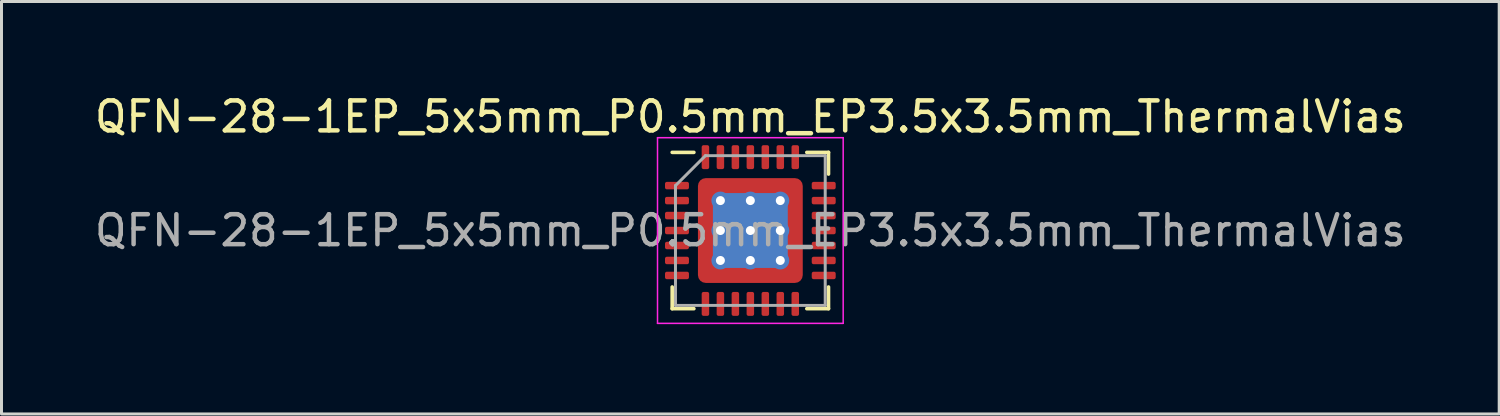
<source format=kicad_pcb>
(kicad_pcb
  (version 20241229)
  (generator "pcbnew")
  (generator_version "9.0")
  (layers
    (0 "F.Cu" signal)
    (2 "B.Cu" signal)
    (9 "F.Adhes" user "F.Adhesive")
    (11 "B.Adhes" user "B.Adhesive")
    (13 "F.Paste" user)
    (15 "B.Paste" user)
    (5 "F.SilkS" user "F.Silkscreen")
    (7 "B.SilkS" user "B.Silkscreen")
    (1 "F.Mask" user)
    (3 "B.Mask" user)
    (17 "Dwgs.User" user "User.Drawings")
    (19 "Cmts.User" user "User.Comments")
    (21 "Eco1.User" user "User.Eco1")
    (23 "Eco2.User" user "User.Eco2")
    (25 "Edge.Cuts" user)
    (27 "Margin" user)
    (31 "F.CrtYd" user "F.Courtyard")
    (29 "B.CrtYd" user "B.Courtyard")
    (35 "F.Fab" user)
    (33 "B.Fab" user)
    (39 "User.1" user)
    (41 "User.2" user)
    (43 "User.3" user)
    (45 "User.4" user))
  (footprint "QFN-28-1EP_5x5mm_P0.5mm_EP3.5x3.5mm_ThermalVias"
    (layer "F.Cu")
    (at 22.006 4.648)
    (property "Reference" "QFN-28-1EP_5x5mm_P0.5mm_EP3.5x3.5mm_ThermalVias" (at 0 -3.8 0) (layer "F.SilkS") (effects (font (size 1 1) (thickness 0.15))))
    (attr smd)
    (fp_line (start -2.61 2.61) (end -2.61 1.885) (stroke (width 0.12) (type solid)) (layer "F.SilkS"))
    (fp_line (start -1.885 -2.61) (end -2.61 -2.61) (stroke (width 0.12) (type solid)) (layer "F.SilkS"))
    (fp_line (start -1.885 2.61) (end -2.61 2.61) (stroke (width 0.12) (type solid)) (layer "F.SilkS"))
    (fp_line (start 1.885 -2.61) (end 2.61 -2.61) (stroke (width 0.12) (type solid)) (layer "F.SilkS"))
    (fp_line (start 1.885 2.61) (end 2.61 2.61) (stroke (width 0.12) (type solid)) (layer "F.SilkS"))
    (fp_line (start 2.61 -2.61) (end 2.61 -1.885) (stroke (width 0.12) (type solid)) (layer "F.SilkS"))
    (fp_line (start 2.61 2.61) (end 2.61 1.885) (stroke (width 0.12) (type solid)) (layer "F.SilkS"))
    (fp_line (start -3.1 -3.1) (end -3.1 3.1) (stroke (width 0.05) (type solid)) (layer "F.CrtYd"))
    (fp_line (start -3.1 3.1) (end 3.1 3.1) (stroke (width 0.05) (type solid)) (layer "F.CrtYd"))
    (fp_line (start 3.1 -3.1) (end -3.1 -3.1) (stroke (width 0.05) (type solid)) (layer "F.CrtYd"))
    (fp_line (start 3.1 3.1) (end 3.1 -3.1) (stroke (width 0.05) (type solid)) (layer "F.CrtYd"))
    (fp_line (start -2.5 -1.5) (end -1.5 -2.5) (stroke (width 0.1) (type solid)) (layer "F.Fab"))
    (fp_line (start -2.5 2.5) (end -2.5 -1.5) (stroke (width 0.1) (type solid)) (layer "F.Fab"))
    (fp_line (start -1.5 -2.5) (end 2.5 -2.5) (stroke (width 0.1) (type solid)) (layer "F.Fab"))
    (fp_line (start 2.5 -2.5) (end 2.5 2.5) (stroke (width 0.1) (type solid)) (layer "F.Fab"))
    (fp_line (start 2.5 2.5) (end -2.5 2.5) (stroke (width 0.1) (type solid)) (layer "F.Fab"))
    (fp_text user "${REFERENCE}" (at 0 0 0) (layer "F.Fab") (effects (font (size 1 1) (thickness 0.15))))
    (pad "" smd custom (at -1.337 -1.337) (size 0.437 0.437) (layers "F.Paste") (options (anchor circle)) (primitives (gr_poly (pts (xy -0.165 -0.165) (xy 0.165 -0.165) (xy 0.165 0.076) (xy 0.076 0.165) (xy -0.165 0.165)) (width 0.215) (fill yes))))
    (pad "" smd custom (at -1.337 -0.5) (size 0.459 0.459) (layers "F.Paste") (options (anchor circle)) (primitives (gr_poly (pts (xy -0.187 -0.318) (xy 0.116 -0.318) (xy 0.187 -0.247) (xy 0.187 0.247) (xy 0.116 0.318) (xy -0.187 0.318)) (width 0.17) (fill yes))))
    (pad "" smd custom (at -1.337 0.5) (size 0.459 0.459) (layers "F.Paste") (options (anchor circle)) (primitives (gr_poly (pts (xy -0.187 -0.318) (xy 0.116 -0.318) (xy 0.187 -0.247) (xy 0.187 0.247) (xy 0.116 0.318) (xy -0.187 0.318)) (width 0.17) (fill yes))))
    (pad "" smd custom (at -1.337 1.337) (size 0.437 0.437) (layers "F.Paste") (options (anchor circle)) (primitives (gr_poly (pts (xy -0.165 -0.165) (xy 0.076 -0.165) (xy 0.165 -0.076) (xy 0.165 0.165) (xy -0.165 0.165)) (width 0.215) (fill yes))))
    (pad "" smd custom (at -0.5 -1.337) (size 0.459 0.459) (layers "F.Paste") (options (anchor circle)) (primitives (gr_poly (pts (xy -0.318 -0.187) (xy 0.318 -0.187) (xy 0.318 0.116) (xy 0.247 0.187) (xy -0.247 0.187) (xy -0.318 0.116)) (width 0.17) (fill yes))))
    (pad "" smd roundrect (at -0.5 -0.5) (size 0.806 0.806) (layers "F.Paste") (roundrect_rratio 0.25))
    (pad "" smd roundrect (at -0.5 0.5) (size 0.806 0.806) (layers "F.Paste") (roundrect_rratio 0.25))
    (pad "" smd custom (at -0.5 1.337) (size 0.459 0.459) (layers "F.Paste") (options (anchor circle)) (primitives (gr_poly (pts (xy -0.318 -0.116) (xy -0.247 -0.187) (xy 0.247 -0.187) (xy 0.318 -0.116) (xy 0.318 0.187) (xy -0.318 0.187)) (width 0.17) (fill yes))))
    (pad "" smd custom (at 0.5 -1.337) (size 0.459 0.459) (layers "F.Paste") (options (anchor circle)) (primitives (gr_poly (pts (xy -0.318 -0.187) (xy 0.318 -0.187) (xy 0.318 0.116) (xy 0.247 0.187) (xy -0.247 0.187) (xy -0.318 0.116)) (width 0.17) (fill yes))))
    (pad "" smd roundrect (at 0.5 -0.5) (size 0.806 0.806) (layers "F.Paste") (roundrect_rratio 0.25))
    (pad "" smd roundrect (at 0.5 0.5) (size 0.806 0.806) (layers "F.Paste") (roundrect_rratio 0.25))
    (pad "" smd custom (at 0.5 1.337) (size 0.459 0.459) (layers "F.Paste") (options (anchor circle)) (primitives (gr_poly (pts (xy -0.318 -0.116) (xy -0.247 -0.187) (xy 0.247 -0.187) (xy 0.318 -0.116) (xy 0.318 0.187) (xy -0.318 0.187)) (width 0.17) (fill yes))))
    (pad "" smd custom (at 1.337 -1.337) (size 0.437 0.437) (layers "F.Paste") (options (anchor circle)) (primitives (gr_poly (pts (xy -0.165 -0.165) (xy 0.165 -0.165) (xy 0.165 0.165) (xy -0.076 0.165) (xy -0.165 0.076)) (width 0.215) (fill yes))))
    (pad "" smd custom (at 1.337 -0.5) (size 0.459 0.459) (layers "F.Paste") (options (anchor circle)) (primitives (gr_poly (pts (xy -0.187 -0.247) (xy -0.116 -0.318) (xy 0.187 -0.318) (xy 0.187 0.318) (xy -0.116 0.318) (xy -0.187 0.247)) (width 0.17) (fill yes))))
    (pad "" smd custom (at 1.337 0.5) (size 0.459 0.459) (layers "F.Paste") (options (anchor circle)) (primitives (gr_poly (pts (xy -0.187 -0.247) (xy -0.116 -0.318) (xy 0.187 -0.318) (xy 0.187 0.318) (xy -0.116 0.318) (xy -0.187 0.247)) (width 0.17) (fill yes))))
    (pad "" smd custom (at 1.337 1.337) (size 0.437 0.437) (layers "F.Paste") (options (anchor circle)) (primitives (gr_poly (pts (xy -0.165 -0.076) (xy -0.076 -0.165) (xy 0.165 -0.165) (xy 0.165 0.165) (xy -0.165 0.165)) (width 0.215) (fill yes))))
    (pad "1" smd roundrect (at -2.45 -1.5) (size 0.8 0.25) (layers "F.Cu" "F.Mask" "F.Paste") (roundrect_rratio 0.25))
    (pad "2" smd roundrect (at -2.45 -1) (size 0.8 0.25) (layers "F.Cu" "F.Mask" "F.Paste") (roundrect_rratio 0.25))
    (pad "3" smd roundrect (at -2.45 -0.5) (size 0.8 0.25) (layers "F.Cu" "F.Mask" "F.Paste") (roundrect_rratio 0.25))
    (pad "4" smd roundrect (at -2.45 0) (size 0.8 0.25) (layers "F.Cu" "F.Mask" "F.Paste") (roundrect_rratio 0.25))
    (pad "5" smd roundrect (at -2.45 0.5) (size 0.8 0.25) (layers "F.Cu" "F.Mask" "F.Paste") (roundrect_rratio 0.25))
    (pad "6" smd roundrect (at -2.45 1) (size 0.8 0.25) (layers "F.Cu" "F.Mask" "F.Paste") (roundrect_rratio 0.25))
    (pad "7" smd roundrect (at -2.45 1.5) (size 0.8 0.25) (layers "F.Cu" "F.Mask" "F.Paste") (roundrect_rratio 0.25))
    (pad "8" smd roundrect (at -1.5 2.45) (size 0.25 0.8) (layers "F.Cu" "F.Mask" "F.Paste") (roundrect_rratio 0.25))
    (pad "9" smd roundrect (at -1 2.45) (size 0.25 0.8) (layers "F.Cu" "F.Mask" "F.Paste") (roundrect_rratio 0.25))
    (pad "10" smd roundrect (at -0.5 2.45) (size 0.25 0.8) (layers "F.Cu" "F.Mask" "F.Paste") (roundrect_rratio 0.25))
    (pad "11" smd roundrect (at 0 2.45) (size 0.25 0.8) (layers "F.Cu" "F.Mask" "F.Paste") (roundrect_rratio 0.25))
    (pad "12" smd roundrect (at 0.5 2.45) (size 0.25 0.8) (layers "F.Cu" "F.Mask" "F.Paste") (roundrect_rratio 0.25))
    (pad "13" smd roundrect (at 1 2.45) (size 0.25 0.8) (layers "F.Cu" "F.Mask" "F.Paste") (roundrect_rratio 0.25))
    (pad "14" smd roundrect (at 1.5 2.45) (size 0.25 0.8) (layers "F.Cu" "F.Mask" "F.Paste") (roundrect_rratio 0.25))
    (pad "15" smd roundrect (at 2.45 1.5) (size 0.8 0.25) (layers "F.Cu" "F.Mask" "F.Paste") (roundrect_rratio 0.25))
    (pad "16" smd roundrect (at 2.45 1) (size 0.8 0.25) (layers "F.Cu" "F.Mask" "F.Paste") (roundrect_rratio 0.25))
    (pad "17" smd roundrect (at 2.45 0.5) (size 0.8 0.25) (layers "F.Cu" "F.Mask" "F.Paste") (roundrect_rratio 0.25))
    (pad "18" smd roundrect (at 2.45 0) (size 0.8 0.25) (layers "F.Cu" "F.Mask" "F.Paste") (roundrect_rratio 0.25))
    (pad "19" smd roundrect (at 2.45 -0.5) (size 0.8 0.25) (layers "F.Cu" "F.Mask" "F.Paste") (roundrect_rratio 0.25))
    (pad "20" smd roundrect (at 2.45 -1) (size 0.8 0.25) (layers "F.Cu" "F.Mask" "F.Paste") (roundrect_rratio 0.25))
    (pad "21" smd roundrect (at 2.45 -1.5) (size 0.8 0.25) (layers "F.Cu" "F.Mask" "F.Paste") (roundrect_rratio 0.25))
    (pad "22" smd roundrect (at 1.5 -2.45) (size 0.25 0.8) (layers "F.Cu" "F.Mask" "F.Paste") (roundrect_rratio 0.25))
    (pad "23" smd roundrect (at 1 -2.45) (size 0.25 0.8) (layers "F.Cu" "F.Mask" "F.Paste") (roundrect_rratio 0.25))
    (pad "24" smd roundrect (at 0.5 -2.45) (size 0.25 0.8) (layers "F.Cu" "F.Mask" "F.Paste") (roundrect_rratio 0.25))
    (pad "25" smd roundrect (at 0 -2.45) (size 0.25 0.8) (layers "F.Cu" "F.Mask" "F.Paste") (roundrect_rratio 0.25))
    (pad "26" smd roundrect (at -0.5 -2.45) (size 0.25 0.8) (layers "F.Cu" "F.Mask" "F.Paste") (roundrect_rratio 0.25))
    (pad "27" smd roundrect (at -1 -2.45) (size 0.25 0.8) (layers "F.Cu" "F.Mask" "F.Paste") (roundrect_rratio 0.25))
    (pad "28" smd roundrect (at -1.5 -2.45) (size 0.25 0.8) (layers "F.Cu" "F.Mask" "F.Paste") (roundrect_rratio 0.25))
    (pad "29" thru_hole circle (at -1 -1) (size 0.6 0.6) (drill 0.3) (layers "*.Cu"))
    (pad "29" thru_hole circle (at -1 0) (size 0.6 0.6) (drill 0.3) (layers "*.Cu"))
    (pad "29" thru_hole circle (at -1 1) (size 0.6 0.6) (drill 0.3) (layers "*.Cu"))
    (pad "29" thru_hole circle (at 0 -1) (size 0.6 0.6) (drill 0.3) (layers "*.Cu"))
    (pad "29" thru_hole circle (at 0 0) (size 0.6 0.6) (drill 0.3) (layers "*.Cu"))
    (pad "29" smd roundrect (at 0 0) (size 2.5 2.5) (layers "B.Cu") (roundrect_rratio 0.1))
    (pad "29" smd roundrect (at 0 0) (size 3.5 3.5) (layers "F.Cu" "F.Mask") (roundrect_rratio 0.075))
    (pad "29" thru_hole circle (at 0 1) (size 0.6 0.6) (drill 0.3) (layers "*.Cu"))
    (pad "29" thru_hole circle (at 1 -1) (size 0.6 0.6) (drill 0.3) (layers "*.Cu"))
    (pad "29" thru_hole circle (at 1 0) (size 0.6 0.6) (drill 0.3) (layers "*.Cu"))
    (pad "29" thru_hole circle (at 1 1) (size 0.6 0.6) (drill 0.3) (layers "*.Cu")))
  (gr_rect
    (start -3 -3)
    (end 47.012 10.773)
    (stroke (width 0.1) (type default))
    (fill no)
    (layer "Edge.Cuts")))
</source>
